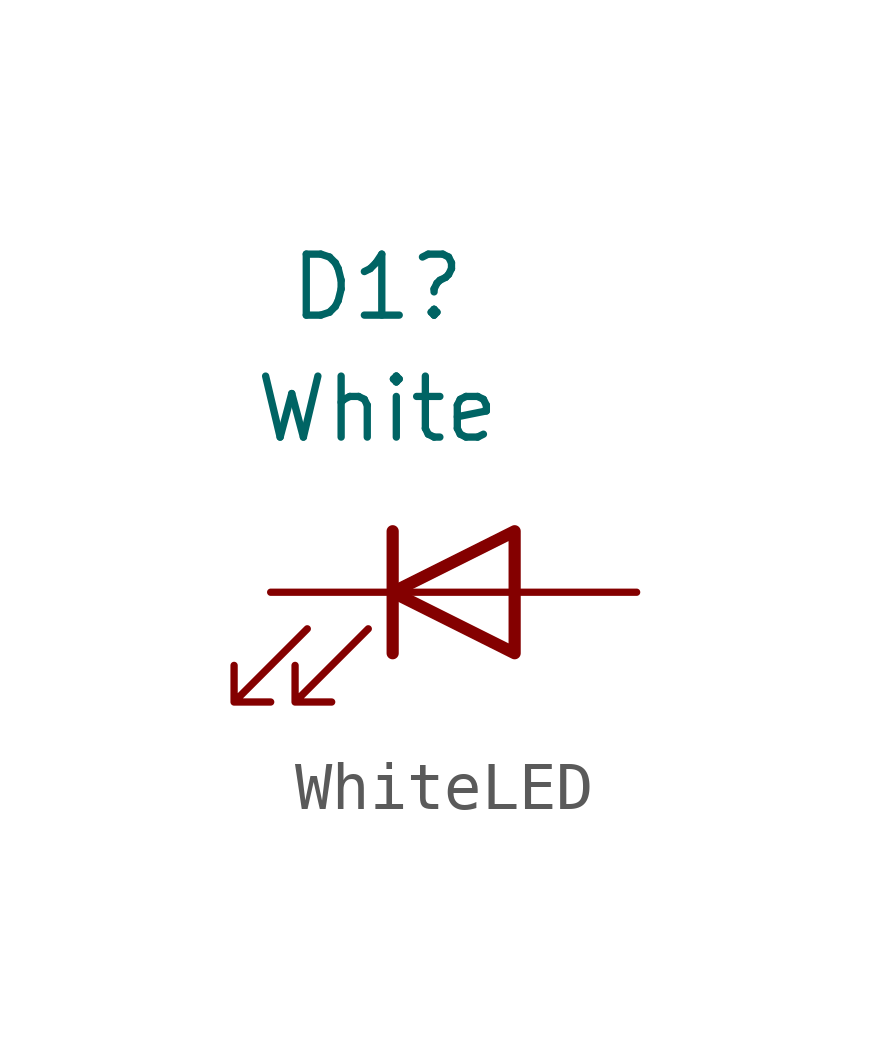
<source format=kicad_sym>
(kicad_symbol_lib
  (version 20220914)
  (generator kicad_symbol_editor)
  (symbol "WhiteLED"
    (pin_numbers hide)
    (pin_names
      (offset 1.016) hide)
    (property "Reference" "D1"
      (at -1.587 6.35 0)
      (effects (font (size 1.27 1.27))))
    (property "Value" "White"
      (at -1.587 3.81 0)
      (effects (font (size 1.27 1.27))))
    (symbol "WhiteLED_0_1"
      (polyline (pts (xy -1.27 -1.27) (xy -1.27 1.27)) (stroke (width 0.254) (type default)) (fill (type none)))
      (polyline (pts (xy -1.27 0) (xy 1.27 0)) (stroke (width 0) (type default)) (fill (type none)))
      (polyline (pts (xy 1.27 -1.27) (xy 1.27 1.27) (xy -1.27 0) (xy 1.27 -1.27)) (stroke (width 0.254) (type default)) (fill (type none)))
      (polyline (pts (xy -3.048 -0.762) (xy -4.572 -2.286) (xy -3.81 -2.286) (xy -4.572 -2.286) (xy -4.572 -1.524)) (stroke (width 0) (type default)) (fill (type none)))
      (polyline (pts (xy -1.778 -0.762) (xy -3.302 -2.286) (xy -2.54 -2.286) (xy -3.302 -2.286) (xy -3.302 -1.524)) (stroke (width 0) (type default)) (fill (type none))))
    (symbol "WhiteLED_1_1"
      (pin passive line (at -3.81 0 0) (length 2.54) (name "K" (effects (font (size 1.27 1.27)))) (number "1" (effects (font (size 1.27 1.27)))))
      (pin passive line (at 3.81 0 180) (length 2.54) (name "A" (effects (font (size 1.27 1.27)))) (number "2" (effects (font (size 1.27 1.27))))))))
</source>
